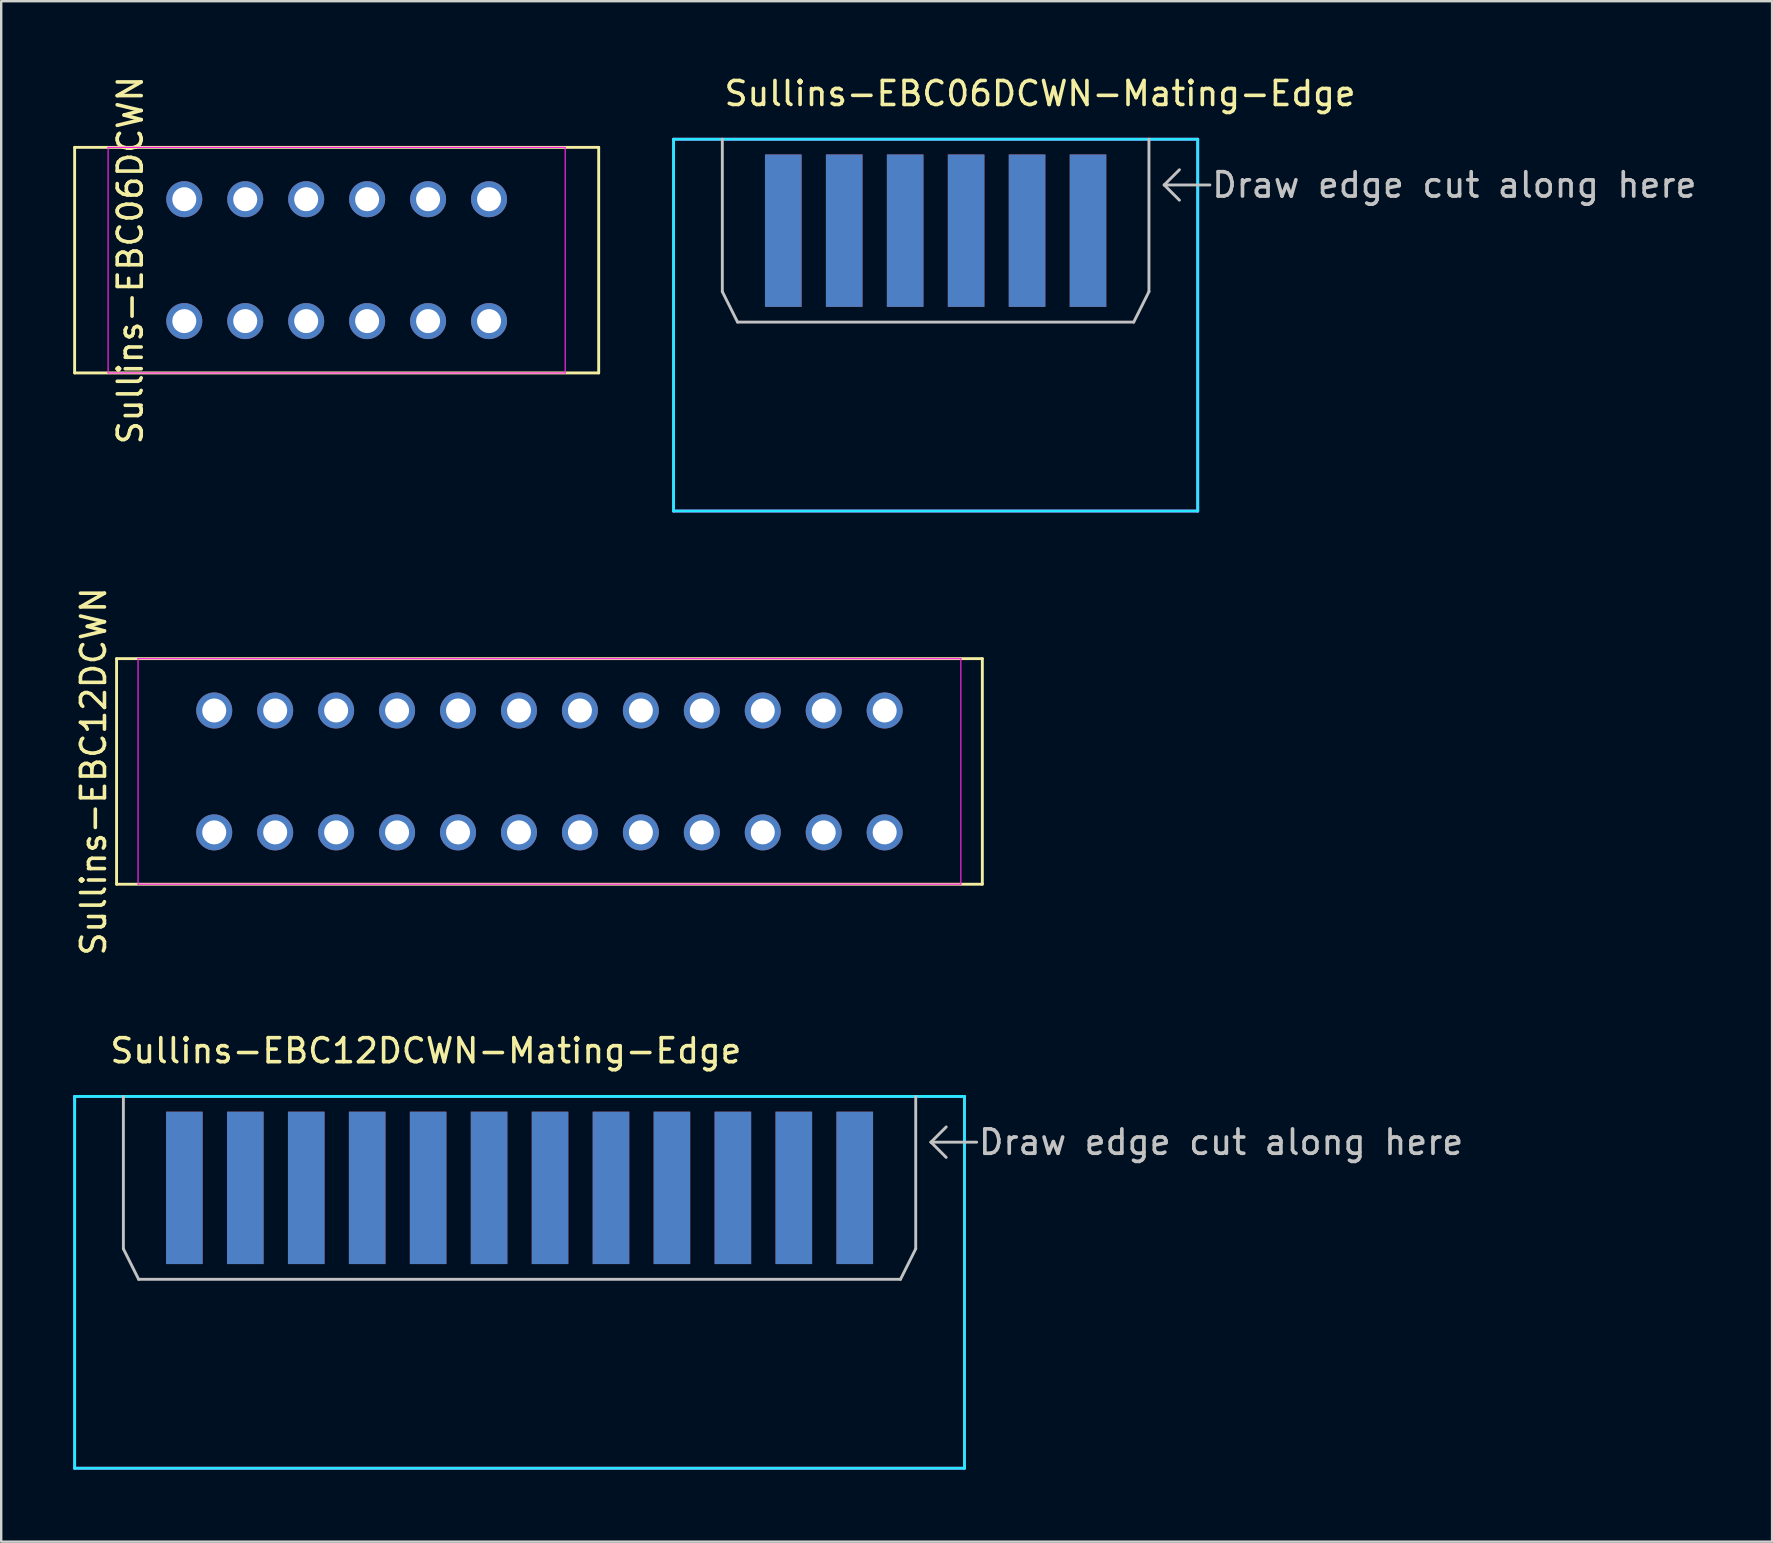
<source format=kicad_pcb>
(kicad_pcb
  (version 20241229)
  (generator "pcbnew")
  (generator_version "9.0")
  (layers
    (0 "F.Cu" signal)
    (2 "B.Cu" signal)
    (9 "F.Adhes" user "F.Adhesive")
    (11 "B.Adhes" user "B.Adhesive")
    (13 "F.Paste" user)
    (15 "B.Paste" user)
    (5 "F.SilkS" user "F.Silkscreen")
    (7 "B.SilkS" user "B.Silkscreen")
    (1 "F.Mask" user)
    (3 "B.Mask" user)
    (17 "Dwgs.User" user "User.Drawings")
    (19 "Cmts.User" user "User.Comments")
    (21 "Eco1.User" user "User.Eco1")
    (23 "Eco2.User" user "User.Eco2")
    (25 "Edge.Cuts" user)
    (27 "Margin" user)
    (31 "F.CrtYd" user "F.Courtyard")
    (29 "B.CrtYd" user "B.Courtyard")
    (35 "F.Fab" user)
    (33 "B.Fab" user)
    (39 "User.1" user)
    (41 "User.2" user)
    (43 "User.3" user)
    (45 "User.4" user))
  (footprint "Sullins-EBC12DCWN"
    (layer "F.Cu")
    (at 19.848 29.099)
    (property "Reference" "Sullins-EBC12DCWN" (at -19 0 90) (layer "F.SilkS") (effects (font (size 1 1) (thickness 0.15))))
    (attr through_hole)
    (fp_line (start -18.04 -4.7) (end -18.04 4.7) (stroke (width 0.12) (type solid)) (layer "F.SilkS"))
    (fp_line (start -18.04 4.7) (end 18.04 4.7) (stroke (width 0.12) (type solid)) (layer "F.SilkS"))
    (fp_line (start 18.04 -4.7) (end -18.04 -4.7) (stroke (width 0.12) (type solid)) (layer "F.SilkS"))
    (fp_line (start 18.04 4.7) (end 18.04 -4.7) (stroke (width 0.12) (type solid)) (layer "F.SilkS"))
    (fp_line (start -17.145 -4.7) (end 17.145 -4.7) (stroke (width 0.05) (type solid)) (layer "F.CrtYd"))
    (fp_line (start -17.145 4.7) (end -17.145 -4.7) (stroke (width 0.05) (type solid)) (layer "F.CrtYd"))
    (fp_line (start 17.145 -4.7) (end 17.145 4.7) (stroke (width 0.05) (type solid)) (layer "F.CrtYd"))
    (fp_line (start 17.145 4.7) (end -17.145 4.7) (stroke (width 0.05) (type solid)) (layer "F.CrtYd"))
    (pad "1" thru_hole circle (at -13.97 2.54) (size 1.5 1.5) (drill 1) (layers "*.Cu" "*.Mask"))
    (pad "2" thru_hole circle (at -11.43 2.54) (size 1.5 1.5) (drill 1) (layers "*.Cu" "*.Mask"))
    (pad "3" thru_hole circle (at -8.89 2.54) (size 1.5 1.5) (drill 1) (layers "*.Cu" "*.Mask"))
    (pad "4" thru_hole circle (at -6.35 2.54) (size 1.5 1.5) (drill 1) (layers "*.Cu" "*.Mask"))
    (pad "5" thru_hole circle (at -3.81 2.54) (size 1.5 1.5) (drill 1) (layers "*.Cu" "*.Mask"))
    (pad "6" thru_hole circle (at -1.27 2.54) (size 1.5 1.5) (drill 1) (layers "*.Cu" "*.Mask"))
    (pad "7" thru_hole circle (at 1.27 2.54) (size 1.5 1.5) (drill 1) (layers "*.Cu" "*.Mask"))
    (pad "8" thru_hole circle (at 3.81 2.54) (size 1.5 1.5) (drill 1) (layers "*.Cu" "*.Mask"))
    (pad "9" thru_hole circle (at 6.35 2.54) (size 1.5 1.5) (drill 1) (layers "*.Cu" "*.Mask"))
    (pad "10" thru_hole circle (at 8.89 2.54) (size 1.5 1.5) (drill 1) (layers "*.Cu" "*.Mask"))
    (pad "11" thru_hole circle (at 11.43 2.54) (size 1.5 1.5) (drill 1) (layers "*.Cu" "*.Mask"))
    (pad "12" thru_hole circle (at 13.97 2.54) (size 1.5 1.5) (drill 1) (layers "*.Cu" "*.Mask"))
    (pad "13" thru_hole circle (at 13.97 -2.54) (size 1.5 1.5) (drill 1) (layers "*.Cu" "*.Mask"))
    (pad "14" thru_hole circle (at 11.43 -2.54) (size 1.5 1.5) (drill 1) (layers "*.Cu" "*.Mask"))
    (pad "15" thru_hole circle (at 8.89 -2.54) (size 1.5 1.5) (drill 1) (layers "*.Cu" "*.Mask"))
    (pad "16" thru_hole circle (at 6.35 -2.54) (size 1.5 1.5) (drill 1) (layers "*.Cu" "*.Mask"))
    (pad "17" thru_hole circle (at 3.81 -2.54) (size 1.5 1.5) (drill 1) (layers "*.Cu" "*.Mask"))
    (pad "18" thru_hole circle (at 1.27 -2.54) (size 1.5 1.5) (drill 1) (layers "*.Cu" "*.Mask"))
    (pad "19" thru_hole circle (at -1.27 -2.54) (size 1.5 1.5) (drill 1) (layers "*.Cu" "*.Mask"))
    (pad "20" thru_hole circle (at -3.81 -2.54) (size 1.5 1.5) (drill 1) (layers "*.Cu" "*.Mask"))
    (pad "21" thru_hole circle (at -6.35 -2.54) (size 1.5 1.5) (drill 1) (layers "*.Cu" "*.Mask"))
    (pad "22" thru_hole circle (at -8.89 -2.54) (size 1.5 1.5) (drill 1) (layers "*.Cu" "*.Mask"))
    (pad "23" thru_hole circle (at -11.43 -2.54) (size 1.5 1.5) (drill 1) (layers "*.Cu" "*.Mask"))
    (pad "24" thru_hole circle (at -13.97 -2.54) (size 1.5 1.5) (drill 1) (layers "*.Cu" "*.Mask")))
  (footprint "Sullins-EBC12DCWN-Mating-Edge"
    (layer "F.Cu")
    (at 18.602 42.644)
    (property "Reference" "Sullins-EBC12DCWN-Mating-Edge" (at -17.145 -1.905 0) (layer "F.SilkS") (effects (font (size 1 1) (thickness 0.15)) (justify left)))
    (attr through_hole)
    (fp_poly (pts (xy 16.51 0) (xy 16.51 7.62) (xy -16.51 7.62) (xy -16.51 0)) (stroke (width 0.1) (type solid)) (fill yes) (layer "F.Mask"))
    (fp_poly (pts (xy 16.51 7.62) (xy -16.51 7.62) (xy -16.51 0) (xy 16.51 0)) (stroke (width 0.1) (type solid)) (fill yes) (layer "B.Mask"))
    (fp_line (start -16.51 0) (end -16.51 6.35) (stroke (width 0.12) (type solid)) (layer "Dwgs.User"))
    (fp_line (start -16.51 6.35) (end -15.875 7.62) (stroke (width 0.12) (type solid)) (layer "Dwgs.User"))
    (fp_line (start -15.875 7.62) (end 15.875 7.62) (stroke (width 0.12) (type solid)) (layer "Dwgs.User"))
    (fp_line (start 15.875 7.62) (end 16.51 6.35) (stroke (width 0.12) (type solid)) (layer "Dwgs.User"))
    (fp_line (start 16.51 6.35) (end 16.51 0) (stroke (width 0.12) (type solid)) (layer "Dwgs.User"))
    (fp_line (start 17.145 1.905) (end 17.78 1.27) (stroke (width 0.12) (type solid)) (layer "Dwgs.User"))
    (fp_line (start 17.78 2.54) (end 17.145 1.905) (stroke (width 0.12) (type solid)) (layer "Dwgs.User"))
    (fp_line (start 19.05 1.905) (end 17.145 1.905) (stroke (width 0.12) (type solid)) (layer "Dwgs.User"))
    (fp_line (start -18.542 0) (end 18.542 0) (stroke (width 0.12) (type solid)) (layer "B.CrtYd"))
    (fp_line (start -18.542 15.494) (end -18.542 0) (stroke (width 0.12) (type solid)) (layer "B.CrtYd"))
    (fp_line (start 18.542 0) (end 18.542 15.494) (stroke (width 0.12) (type solid)) (layer "B.CrtYd"))
    (fp_line (start 18.542 15.494) (end -18.542 15.494) (stroke (width 0.12) (type solid)) (layer "B.CrtYd"))
    (fp_line (start -18.542 0) (end 18.542 0) (stroke (width 0.12) (type solid)) (layer "F.CrtYd"))
    (fp_line (start -18.542 15.494) (end -18.542 0) (stroke (width 0.12) (type solid)) (layer "F.CrtYd"))
    (fp_line (start 18.542 0) (end 18.542 15.494) (stroke (width 0.12) (type solid)) (layer "F.CrtYd"))
    (fp_line (start 18.542 15.494) (end -18.542 15.494) (stroke (width 0.12) (type solid)) (layer "F.CrtYd"))
    (fp_text user "Draw edge cut along here" (at 19.05 1.905 0) (layer "Dwgs.User") (effects (font (size 1.016 1.016) (thickness 0.152)) (justify left)))
    (pad "1" smd rect (at -13.97 3.81) (size 1.524 6.35) (layers "F.Cu" "F.Paste"))
    (pad "2" smd rect (at -11.43 3.81) (size 1.524 6.35) (layers "F.Cu"))
    (pad "3" smd rect (at -8.89 3.81) (size 1.524 6.35) (layers "F.Cu"))
    (pad "4" smd rect (at -6.35 3.81) (size 1.524 6.35) (layers "F.Cu"))
    (pad "5" smd rect (at -3.81 3.81) (size 1.524 6.35) (layers "F.Cu"))
    (pad "6" smd rect (at -1.27 3.81) (size 1.524 6.35) (layers "F.Cu"))
    (pad "7" smd rect (at 1.27 3.81) (size 1.524 6.35) (layers "F.Cu"))
    (pad "8" smd rect (at 3.81 3.81) (size 1.524 6.35) (layers "F.Cu"))
    (pad "9" smd rect (at 6.35 3.81) (size 1.524 6.35) (layers "F.Cu"))
    (pad "10" smd rect (at 8.89 3.81) (size 1.524 6.35) (layers "F.Cu"))
    (pad "11" smd rect (at 11.43 3.81) (size 1.524 6.35) (layers "F.Cu"))
    (pad "12" smd rect (at 13.97 3.81) (size 1.524 6.35) (layers "F.Cu"))
    (pad "13" smd rect (at 13.97 3.81) (size 1.524 6.35) (layers "B.Cu"))
    (pad "14" smd rect (at 11.43 3.81) (size 1.524 6.35) (layers "B.Cu"))
    (pad "15" smd rect (at 8.89 3.81) (size 1.524 6.35) (layers "B.Cu"))
    (pad "16" smd rect (at 6.35 3.81) (size 1.524 6.35) (layers "B.Cu"))
    (pad "17" smd rect (at 3.81 3.81) (size 1.524 6.35) (layers "B.Cu"))
    (pad "18" smd rect (at 1.27 3.81) (size 1.524 6.35) (layers "B.Cu"))
    (pad "19" smd rect (at -1.27 3.81) (size 1.524 6.35) (layers "B.Cu"))
    (pad "20" smd rect (at -3.81 3.81) (size 1.524 6.35) (layers "B.Cu"))
    (pad "21" smd rect (at -6.35 3.81) (size 1.524 6.35) (layers "B.Cu"))
    (pad "22" smd rect (at -8.89 3.81) (size 1.524 6.35) (layers "B.Cu"))
    (pad "23" smd rect (at -11.43 3.81) (size 1.524 6.35) (layers "B.Cu"))
    (pad "24" smd rect (at -13.97 3.81) (size 1.524 6.35) (layers "B.Cu")))
  (footprint "Sullins-EBC06DCWN-Mating-Edge"
    (layer "F.Cu")
    (at 35.942 2.753)
    (property "Reference" "Sullins-EBC06DCWN-Mating-Edge" (at -8.89 -1.905 0) (layer "F.SilkS") (effects (font (size 1 1) (thickness 0.15)) (justify left)))
    (attr through_hole)
    (fp_poly (pts (xy 8.89 7.62) (xy -8.89 7.62) (xy -8.89 0) (xy 8.89 0)) (stroke (width 0.1) (type solid)) (fill yes) (layer "F.Mask"))
    (fp_poly (pts (xy 8.89 7.62) (xy -8.89 7.62) (xy -8.89 0) (xy 8.89 0)) (stroke (width 0.1) (type solid)) (fill yes) (layer "B.Mask"))
    (fp_line (start -8.89 0) (end -8.89 6.35) (stroke (width 0.12) (type solid)) (layer "Dwgs.User"))
    (fp_line (start -8.89 6.35) (end -8.255 7.62) (stroke (width 0.12) (type solid)) (layer "Dwgs.User"))
    (fp_line (start -8.255 7.62) (end 8.255 7.62) (stroke (width 0.12) (type solid)) (layer "Dwgs.User"))
    (fp_line (start 8.255 7.62) (end 8.89 6.35) (stroke (width 0.12) (type solid)) (layer "Dwgs.User"))
    (fp_line (start 8.89 6.35) (end 8.89 0) (stroke (width 0.12) (type solid)) (layer "Dwgs.User"))
    (fp_line (start 9.525 1.905) (end 10.16 1.27) (stroke (width 0.12) (type solid)) (layer "Dwgs.User"))
    (fp_line (start 10.16 2.54) (end 9.525 1.905) (stroke (width 0.12) (type solid)) (layer "Dwgs.User"))
    (fp_line (start 11.43 1.905) (end 9.525 1.905) (stroke (width 0.12) (type solid)) (layer "Dwgs.User"))
    (fp_line (start -10.922 0) (end 10.922 0) (stroke (width 0.12) (type solid)) (layer "B.CrtYd"))
    (fp_line (start -10.922 15.494) (end -10.922 0) (stroke (width 0.12) (type solid)) (layer "B.CrtYd"))
    (fp_line (start 10.922 0) (end 10.922 15.494) (stroke (width 0.12) (type solid)) (layer "B.CrtYd"))
    (fp_line (start 10.922 15.494) (end -10.922 15.494) (stroke (width 0.12) (type solid)) (layer "B.CrtYd"))
    (fp_line (start -10.922 0) (end 10.922 0) (stroke (width 0.12) (type solid)) (layer "F.CrtYd"))
    (fp_line (start -10.922 15.494) (end -10.922 0) (stroke (width 0.12) (type solid)) (layer "F.CrtYd"))
    (fp_line (start 10.922 0) (end 10.922 15.494) (stroke (width 0.12) (type solid)) (layer "F.CrtYd"))
    (fp_line (start 10.922 15.494) (end -10.922 15.494) (stroke (width 0.12) (type solid)) (layer "F.CrtYd"))
    (fp_text user "Draw edge cut along here" (at 11.43 1.905 0) (layer "Dwgs.User") (effects (font (size 1.016 1.016) (thickness 0.152)) (justify left)))
    (pad "1" smd rect (at -6.35 3.81) (size 1.524 6.35) (layers "F.Cu" "F.Paste"))
    (pad "2" smd rect (at -3.81 3.81) (size 1.524 6.35) (layers "F.Cu"))
    (pad "3" smd rect (at -1.27 3.81) (size 1.524 6.35) (layers "F.Cu"))
    (pad "4" smd rect (at 1.27 3.81) (size 1.524 6.35) (layers "F.Cu"))
    (pad "5" smd rect (at 3.81 3.81) (size 1.524 6.35) (layers "F.Cu"))
    (pad "6" smd rect (at 6.35 3.81) (size 1.524 6.35) (layers "F.Cu"))
    (pad "7" smd rect (at 6.35 3.81) (size 1.524 6.35) (layers "B.Cu"))
    (pad "8" smd rect (at 3.81 3.81) (size 1.524 6.35) (layers "B.Cu"))
    (pad "9" smd rect (at 1.27 3.81) (size 1.524 6.35) (layers "B.Cu"))
    (pad "10" smd rect (at -1.27 3.81) (size 1.524 6.35) (layers "B.Cu"))
    (pad "11" smd rect (at -3.81 3.81) (size 1.524 6.35) (layers "B.Cu"))
    (pad "12" smd rect (at -6.35 3.81) (size 1.524 6.35) (layers "B.Cu")))
  (footprint "Sullins-EBC06DCWN"
    (layer "F.Cu")
    (at 10.98 7.792)
    (property "Reference" "Sullins-EBC06DCWN" (at -8.6 0 90) (layer "F.SilkS") (effects (font (size 1 1) (thickness 0.15))))
    (attr through_hole)
    (fp_line (start -10.92 -4.7) (end -10.92 4.7) (stroke (width 0.12) (type solid)) (layer "F.SilkS"))
    (fp_line (start -10.92 4.7) (end 10.92 4.7) (stroke (width 0.12) (type solid)) (layer "F.SilkS"))
    (fp_line (start 10.92 -4.7) (end -10.92 -4.7) (stroke (width 0.12) (type solid)) (layer "F.SilkS"))
    (fp_line (start 10.92 4.7) (end 10.92 -4.7) (stroke (width 0.12) (type solid)) (layer "F.SilkS"))
    (fp_line (start -9.525 -4.7) (end 9.525 -4.7) (stroke (width 0.05) (type solid)) (layer "F.CrtYd"))
    (fp_line (start -9.525 4.7) (end -9.525 -4.7) (stroke (width 0.05) (type solid)) (layer "F.CrtYd"))
    (fp_line (start 9.525 -4.7) (end 9.525 4.7) (stroke (width 0.05) (type solid)) (layer "F.CrtYd"))
    (fp_line (start 9.525 4.7) (end -9.525 4.7) (stroke (width 0.05) (type solid)) (layer "F.CrtYd"))
    (pad "1" thru_hole circle (at -6.35 2.54) (size 1.5 1.5) (drill 1) (layers "*.Cu" "*.Mask"))
    (pad "2" thru_hole circle (at -3.81 2.54) (size 1.5 1.5) (drill 1) (layers "*.Cu" "*.Mask"))
    (pad "3" thru_hole circle (at -1.27 2.54) (size 1.5 1.5) (drill 1) (layers "*.Cu" "*.Mask"))
    (pad "4" thru_hole circle (at 1.27 2.54) (size 1.5 1.5) (drill 1) (layers "*.Cu" "*.Mask"))
    (pad "5" thru_hole circle (at 3.81 2.54) (size 1.5 1.5) (drill 1) (layers "*.Cu" "*.Mask"))
    (pad "6" thru_hole circle (at 6.35 2.54) (size 1.5 1.5) (drill 1) (layers "*.Cu" "*.Mask"))
    (pad "7" thru_hole circle (at 6.35 -2.54) (size 1.5 1.5) (drill 1) (layers "*.Cu" "*.Mask"))
    (pad "8" thru_hole circle (at 3.81 -2.54) (size 1.5 1.5) (drill 1) (layers "*.Cu" "*.Mask"))
    (pad "9" thru_hole circle (at 1.27 -2.54) (size 1.5 1.5) (drill 1) (layers "*.Cu" "*.Mask"))
    (pad "10" thru_hole circle (at -1.27 -2.54) (size 1.5 1.5) (drill 1) (layers "*.Cu" "*.Mask"))
    (pad "11" thru_hole circle (at -3.81 -2.54) (size 1.5 1.5) (drill 1) (layers "*.Cu" "*.Mask"))
    (pad "12" thru_hole circle (at -6.35 -2.54) (size 1.5 1.5) (drill 1) (layers "*.Cu" "*.Mask")))
  (gr_rect
    (start -3 -3)
    (end 70.801 61.198)
    (stroke (width 0.1) (type default))
    (fill no)
    (layer "Edge.Cuts")))
</source>
